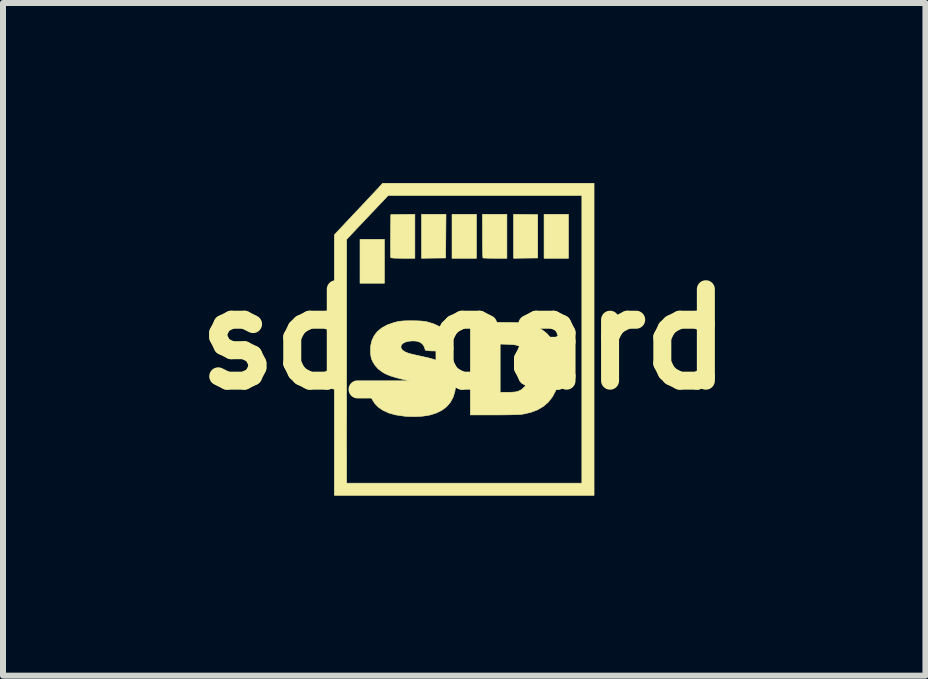
<source format=kicad_pcb>
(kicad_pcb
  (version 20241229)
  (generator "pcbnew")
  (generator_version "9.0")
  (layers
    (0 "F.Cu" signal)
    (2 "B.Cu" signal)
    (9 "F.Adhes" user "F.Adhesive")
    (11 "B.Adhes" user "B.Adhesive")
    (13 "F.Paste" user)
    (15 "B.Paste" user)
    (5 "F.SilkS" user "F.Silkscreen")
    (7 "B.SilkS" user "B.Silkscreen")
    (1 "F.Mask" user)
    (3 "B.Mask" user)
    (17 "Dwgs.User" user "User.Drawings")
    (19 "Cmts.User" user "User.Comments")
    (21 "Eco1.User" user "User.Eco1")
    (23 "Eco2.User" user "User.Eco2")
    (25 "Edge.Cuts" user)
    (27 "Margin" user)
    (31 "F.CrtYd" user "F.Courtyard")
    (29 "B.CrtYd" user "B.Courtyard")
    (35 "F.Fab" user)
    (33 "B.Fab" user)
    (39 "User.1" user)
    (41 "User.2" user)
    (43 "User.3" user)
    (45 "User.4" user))
  (footprint "sd_card"
    (layer "F.Cu")
    (at 4.688 2.606)
    (property "Reference" "sd_card" (at 0 0 0) (layer "F.SilkS") (effects (font (size 1.524 1.524) (thickness 0.3))))
    (attr through_hole)
    (fp_poly (pts (xy -1.331 -0.935) (xy -1.737 -0.935) (xy -1.737 -1.666) (xy -1.331 -1.666) (xy -1.331 -0.935)) (stroke (width 0.01) (type solid)) (fill yes) (layer "F.SilkS"))
    (fp_poly (pts (xy 0.203 -1.351) (xy -0.203 -1.351) (xy -0.203 -2.083) (xy 0.203 -2.083) (xy 0.203 -1.351)) (stroke (width 0.01) (type solid)) (fill yes) (layer "F.SilkS"))
    (fp_poly (pts (xy 1.737 -1.351) (xy 1.331 -1.351) (xy 1.331 -2.083) (xy 1.737 -2.083) (xy 1.737 -1.351)) (stroke (width 0.01) (type solid)) (fill yes) (layer "F.SilkS"))
    (fp_poly (pts (xy 1.224 -2.078) (xy 1.224 -1.356) (xy 1.024 -1.354) (xy 0.823 -1.351) (xy 0.823 -2.083) (xy 1.224 -2.078)) (stroke (width 0.01) (type solid)) (fill yes) (layer "F.SilkS"))
    (fp_poly (pts (xy -0.307 -1.72) (xy -0.31 -1.356) (xy -0.511 -1.354) (xy -0.711 -1.351) (xy -0.711 -2.083) (xy -0.304 -2.083) (xy -0.307 -1.72)) (stroke (width 0.01) (type solid)) (fill yes) (layer "F.SilkS"))
    (fp_poly (pts (xy -0.823 -1.351) (xy -1.021 -1.351) (xy -1.094 -1.352) (xy -1.149 -1.353) (xy -1.187 -1.355) (xy -1.211 -1.358) (xy -1.223 -1.362) (xy -1.225 -1.364) (xy -1.226 -1.377) (xy -1.227 -1.408) (xy -1.227 -1.454) (xy -1.228 -1.513) (xy -1.228 -1.583) (xy -1.227 -1.661) (xy -1.227 -1.727) (xy -1.224 -2.078) (xy -0.823 -2.083) (xy -0.823 -1.351)) (stroke (width 0.01) (type solid)) (fill yes) (layer "F.SilkS"))
    (fp_poly (pts (xy 0.711 -1.351) (xy 0.515 -1.351) (xy 0.454 -1.352) (xy 0.4 -1.352) (xy 0.356 -1.354) (xy 0.326 -1.355) (xy 0.312 -1.357) (xy 0.312 -1.358) (xy 0.311 -1.369) (xy 0.309 -1.398) (xy 0.308 -1.443) (xy 0.307 -1.501) (xy 0.306 -1.57) (xy 0.305 -1.648) (xy 0.305 -1.723) (xy 0.304 -2.083) (xy 0.711 -2.083) (xy 0.711 -1.351)) (stroke (width 0.01) (type solid)) (fill yes) (layer "F.SilkS"))
    (fp_poly (pts (xy 2.164 2.601) (xy -2.164 2.601) (xy -2.164 1.596) (xy -1.963 1.596) (xy -1.963 1.64) (xy -1.963 1.699) (xy -1.963 1.77) (xy -1.962 1.849) (xy -1.962 1.935) (xy -1.962 2.019) (xy -1.961 2.398) (xy 1.961 2.398) (xy 1.961 -2.398) (xy -1.268 -2.398) (xy -1.51 -2.142) (xy -1.573 -2.076) (xy -1.636 -2.009) (xy -1.697 -1.945) (xy -1.754 -1.885) (xy -1.803 -1.833) (xy -1.842 -1.792) (xy -1.857 -1.776) (xy -1.961 -1.665) (xy -1.962 -0.083) (xy -1.962 0.096) (xy -1.962 0.27) (xy -1.962 0.438) (xy -1.962 0.599) (xy -1.962 0.752) (xy -1.962 0.895) (xy -1.962 1.028) (xy -1.962 1.149) (xy -1.962 1.257) (xy -1.962 1.351) (xy -1.963 1.43) (xy -1.963 1.493) (xy -1.963 1.538) (xy -1.963 1.564) (xy -1.963 1.57) (xy -1.963 1.596) (xy -2.164 1.596) (xy -2.164 -1.742) (xy -2.126 -1.783) (xy -2.111 -1.799) (xy -2.084 -1.828) (xy -2.046 -1.868) (xy -1.999 -1.918) (xy -1.945 -1.976) (xy -1.885 -2.039) (xy -1.821 -2.108) (xy -1.777 -2.154) (xy -1.71 -2.225) (xy -1.646 -2.293) (xy -1.586 -2.357) (xy -1.532 -2.415) (xy -1.485 -2.465) (xy -1.448 -2.504) (xy -1.422 -2.532) (xy -1.413 -2.543) (xy -1.359 -2.601) (xy 2.164 -2.601) (xy 2.164 2.601)) (stroke (width 0.01) (type solid)) (fill yes) (layer "F.SilkS"))
    (fp_poly (pts (xy 0.546 -0.282) (xy 0.654 -0.281) (xy 0.743 -0.28) (xy 0.817 -0.279) (xy 0.876 -0.277) (xy 0.924 -0.276) (xy 0.962 -0.274) (xy 0.993 -0.271) (xy 1.018 -0.268) (xy 1.04 -0.264) (xy 1.061 -0.259) (xy 1.074 -0.256) (xy 1.19 -0.216) (xy 1.292 -0.163) (xy 1.379 -0.095) (xy 1.451 -0.013) (xy 1.509 0.083) (xy 1.552 0.193) (xy 1.561 0.229) (xy 1.57 0.276) (xy 1.576 0.339) (xy 1.58 0.412) (xy 1.581 0.489) (xy 1.579 0.567) (xy 1.575 0.639) (xy 1.569 0.701) (xy 1.561 0.747) (xy 1.522 0.861) (xy 1.469 0.96) (xy 1.402 1.046) (xy 1.32 1.117) (xy 1.223 1.174) (xy 1.112 1.217) (xy 0.987 1.245) (xy 0.962 1.249) (xy 0.933 1.252) (xy 0.886 1.254) (xy 0.825 1.256) (xy 0.751 1.258) (xy 0.668 1.259) (xy 0.579 1.26) (xy 0.492 1.26) (xy 0.102 1.26) (xy 0.102 0.884) (xy 0.599 0.884) (xy 0.725 0.884) (xy 0.798 0.882) (xy 0.854 0.877) (xy 0.893 0.869) (xy 0.895 0.868) (xy 0.958 0.837) (xy 1.009 0.788) (xy 1.043 0.734) (xy 1.053 0.713) (xy 1.061 0.694) (xy 1.066 0.674) (xy 1.069 0.65) (xy 1.071 0.617) (xy 1.072 0.572) (xy 1.072 0.512) (xy 1.072 0.488) (xy 1.072 0.42) (xy 1.071 0.37) (xy 1.069 0.333) (xy 1.066 0.305) (xy 1.062 0.283) (xy 1.055 0.264) (xy 1.048 0.248) (xy 1.011 0.186) (xy 0.96 0.139) (xy 0.909 0.111) (xy 0.882 0.1) (xy 0.852 0.093) (xy 0.815 0.088) (xy 0.764 0.085) (xy 0.729 0.083) (xy 0.599 0.079) (xy 0.599 0.884) (xy 0.102 0.884) (xy 0.102 -0.286) (xy 0.546 -0.282)) (stroke (width 0.01) (type solid)) (fill yes) (layer "F.SilkS"))
    (fp_poly (pts (xy -0.791 -0.308) (xy -0.725 -0.305) (xy -0.673 -0.3) (xy -0.63 -0.293) (xy -0.623 -0.292) (xy -0.51 -0.258) (xy -0.413 -0.213) (xy -0.333 -0.157) (xy -0.271 -0.09) (xy -0.225 -0.012) (xy -0.196 0.076) (xy -0.193 0.094) (xy -0.187 0.131) (xy -0.185 0.161) (xy -0.187 0.178) (xy -0.198 0.183) (xy -0.226 0.188) (xy -0.267 0.191) (xy -0.318 0.193) (xy -0.374 0.195) (xy -0.434 0.195) (xy -0.492 0.194) (xy -0.546 0.193) (xy -0.592 0.19) (xy -0.627 0.186) (xy -0.647 0.181) (xy -0.65 0.178) (xy -0.654 0.16) (xy -0.663 0.132) (xy -0.667 0.122) (xy -0.695 0.078) (xy -0.738 0.047) (xy -0.796 0.03) (xy -0.853 0.026) (xy -0.923 0.031) (xy -0.979 0.045) (xy -1.02 0.066) (xy -1.046 0.093) (xy -1.056 0.122) (xy -1.05 0.153) (xy -1.025 0.184) (xy -0.983 0.211) (xy -0.926 0.234) (xy -0.891 0.243) (xy -0.842 0.255) (xy -0.784 0.268) (xy -0.725 0.281) (xy -0.708 0.285) (xy -0.598 0.309) (xy -0.506 0.335) (xy -0.429 0.363) (xy -0.364 0.394) (xy -0.309 0.429) (xy -0.261 0.469) (xy -0.253 0.478) (xy -0.2 0.546) (xy -0.164 0.624) (xy -0.146 0.711) (xy -0.146 0.805) (xy -0.156 0.87) (xy -0.186 0.967) (xy -0.232 1.051) (xy -0.293 1.122) (xy -0.37 1.181) (xy -0.462 1.227) (xy -0.569 1.261) (xy -0.691 1.281) (xy -0.828 1.288) (xy -0.978 1.283) (xy -1.013 1.279) (xy -1.142 1.26) (xy -1.254 1.229) (xy -1.35 1.186) (xy -1.43 1.132) (xy -1.494 1.066) (xy -1.541 0.989) (xy -1.569 0.908) (xy -1.578 0.863) (xy -1.585 0.815) (xy -1.587 0.792) (xy -1.59 0.737) (xy -1.354 0.734) (xy -1.118 0.731) (xy -1.117 0.764) (xy -1.113 0.795) (xy -1.102 0.83) (xy -1.097 0.841) (xy -1.077 0.874) (xy -1.048 0.899) (xy -1.009 0.915) (xy -0.955 0.925) (xy -0.886 0.929) (xy -0.869 0.929) (xy -0.815 0.929) (xy -0.777 0.926) (xy -0.748 0.921) (xy -0.725 0.913) (xy -0.716 0.909) (xy -0.676 0.882) (xy -0.656 0.85) (xy -0.654 0.817) (xy -0.671 0.785) (xy -0.707 0.756) (xy -0.727 0.745) (xy -0.754 0.735) (xy -0.796 0.722) (xy -0.85 0.708) (xy -0.911 0.693) (xy -0.966 0.68) (xy -1.069 0.656) (xy -1.154 0.633) (xy -1.225 0.611) (xy -1.284 0.588) (xy -1.334 0.564) (xy -1.363 0.546) (xy -1.433 0.494) (xy -1.486 0.435) (xy -1.526 0.369) (xy -1.542 0.333) (xy -1.552 0.299) (xy -1.558 0.261) (xy -1.562 0.21) (xy -1.562 0.209) (xy -1.559 0.108) (xy -1.538 0.018) (xy -1.5 -0.062) (xy -1.445 -0.132) (xy -1.372 -0.191) (xy -1.282 -0.24) (xy -1.174 -0.278) (xy -1.143 -0.286) (xy -1.105 -0.295) (xy -1.069 -0.301) (xy -1.03 -0.305) (xy -0.984 -0.308) (xy -0.926 -0.309) (xy -0.874 -0.309) (xy -0.791 -0.308)) (stroke (width 0.01) (type solid)) (fill yes) (layer "F.SilkS")))
  (gr_rect
    (start -3 -3)
    (end 12.376 8.212)
    (stroke (width 0.1) (type default))
    (fill no)
    (layer "Edge.Cuts")))
</source>
